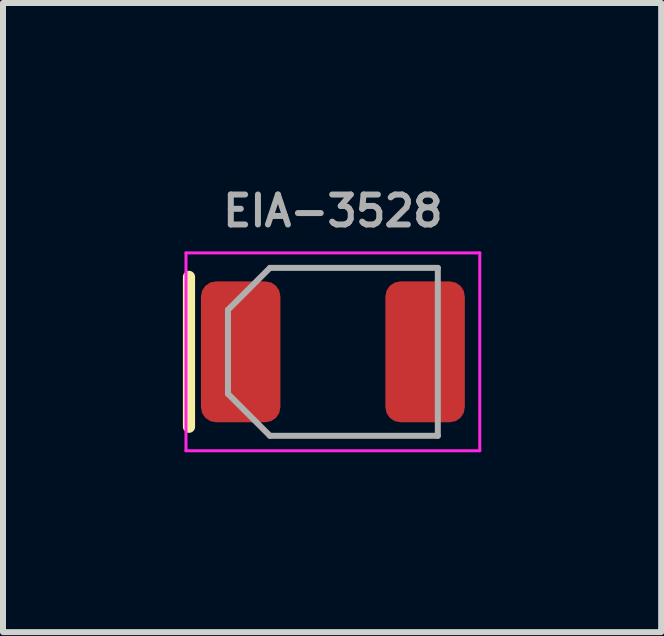
<source format=kicad_pcb>
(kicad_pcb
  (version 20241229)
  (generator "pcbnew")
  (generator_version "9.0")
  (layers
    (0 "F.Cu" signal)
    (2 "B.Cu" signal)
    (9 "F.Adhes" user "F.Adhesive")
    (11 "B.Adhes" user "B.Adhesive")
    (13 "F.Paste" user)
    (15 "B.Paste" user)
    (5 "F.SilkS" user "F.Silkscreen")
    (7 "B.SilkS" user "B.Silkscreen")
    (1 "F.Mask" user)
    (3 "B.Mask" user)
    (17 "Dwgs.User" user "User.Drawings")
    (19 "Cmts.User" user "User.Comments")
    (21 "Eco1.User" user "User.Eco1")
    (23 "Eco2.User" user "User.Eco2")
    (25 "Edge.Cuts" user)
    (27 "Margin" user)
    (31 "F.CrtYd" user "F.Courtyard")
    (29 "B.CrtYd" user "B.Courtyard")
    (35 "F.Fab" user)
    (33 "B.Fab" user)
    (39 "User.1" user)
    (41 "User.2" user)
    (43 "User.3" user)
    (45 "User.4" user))
  (footprint "EIA-3528"
    (layer "F.Cu")
    (at 2.502 2.818)
    (property "Reference" "EIA-3528" (at 0 -2.35 0) (layer "F.Fab") (effects (font (size 0.5 0.5) (thickness 0.1))))
    (attr smd)
    (fp_line (start -2.4 1.25) (end -2.4 -1.25) (stroke (width 0.203) (type solid)) (layer "F.SilkS"))
    (fp_line (start -2.45 -1.65) (end 2.45 -1.65) (stroke (width 0.05) (type solid)) (layer "F.CrtYd"))
    (fp_line (start -2.45 1.65) (end -2.45 -1.65) (stroke (width 0.05) (type solid)) (layer "F.CrtYd"))
    (fp_line (start 2.45 -1.65) (end 2.45 1.65) (stroke (width 0.05) (type solid)) (layer "F.CrtYd"))
    (fp_line (start 2.45 1.65) (end -2.45 1.65) (stroke (width 0.05) (type solid)) (layer "F.CrtYd"))
    (fp_line (start -1.75 -0.7) (end -1.75 0.7) (stroke (width 0.1) (type solid)) (layer "F.Fab"))
    (fp_line (start -1.75 0.7) (end -1.05 1.4) (stroke (width 0.1) (type solid)) (layer "F.Fab"))
    (fp_line (start -1.05 -1.4) (end -1.75 -0.7) (stroke (width 0.1) (type solid)) (layer "F.Fab"))
    (fp_line (start -1.05 1.4) (end 1.75 1.4) (stroke (width 0.1) (type solid)) (layer "F.Fab"))
    (fp_line (start 1.75 -1.4) (end -1.05 -1.4) (stroke (width 0.1) (type solid)) (layer "F.Fab"))
    (fp_line (start 1.75 1.4) (end 1.75 -1.4) (stroke (width 0.1) (type solid)) (layer "F.Fab"))
    (pad "1" smd roundrect (at -1.538 0) (size 1.325 2.35) (layers "F.Cu" "F.Mask" "F.Paste") (roundrect_rratio 0.189))
    (pad "2" smd roundrect (at 1.538 0) (size 1.325 2.35) (layers "F.Cu" "F.Mask" "F.Paste") (roundrect_rratio 0.189)))
  (gr_rect
    (start -3 -3)
    (end 7.977 7.493)
    (stroke (width 0.1) (type default))
    (fill no)
    (layer "Edge.Cuts")))
</source>
